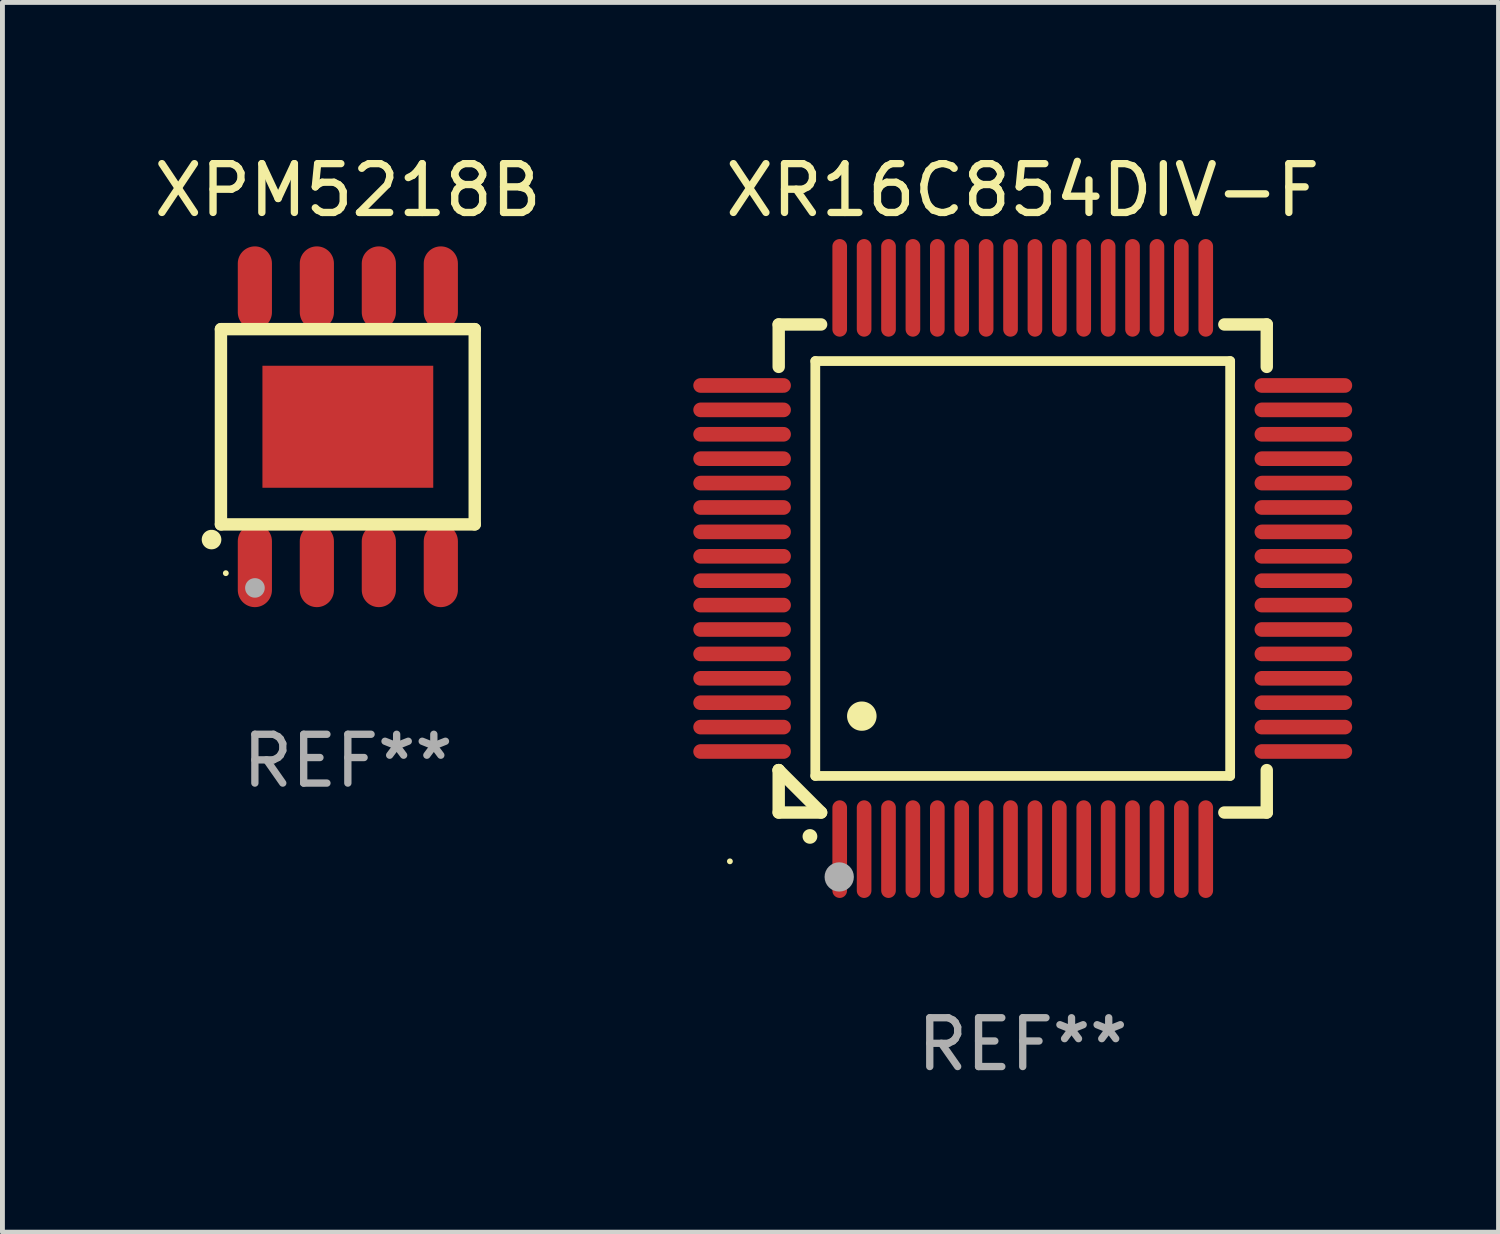
<source format=kicad_pcb>
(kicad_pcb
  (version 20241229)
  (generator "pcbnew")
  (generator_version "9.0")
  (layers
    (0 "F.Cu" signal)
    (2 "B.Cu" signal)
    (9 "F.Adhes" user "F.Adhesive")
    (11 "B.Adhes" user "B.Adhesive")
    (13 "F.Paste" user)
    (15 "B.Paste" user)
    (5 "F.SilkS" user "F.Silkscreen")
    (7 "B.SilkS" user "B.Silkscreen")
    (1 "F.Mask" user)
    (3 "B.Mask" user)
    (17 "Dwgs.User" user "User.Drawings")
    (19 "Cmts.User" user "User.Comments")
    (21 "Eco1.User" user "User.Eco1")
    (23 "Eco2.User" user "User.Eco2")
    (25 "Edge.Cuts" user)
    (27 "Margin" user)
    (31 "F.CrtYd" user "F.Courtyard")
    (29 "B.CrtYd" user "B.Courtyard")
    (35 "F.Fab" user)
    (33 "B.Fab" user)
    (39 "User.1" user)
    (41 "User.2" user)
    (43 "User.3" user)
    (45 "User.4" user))
  (footprint "XPM5218B"
    (layer "F.Cu")
    (at 4.077 5.694)
    (property "Reference" "XPM5218B" (at 0 -4.846 0) (layer "F.SilkS") (effects (font (size 1 1) (thickness 0.15))))
    (attr through_hole)
    (fp_line (start -2.6 -2) (end -2.6 2) (stroke (width 0.254) (type solid)) (layer "F.SilkS"))
    (fp_line (start -2.6 -2) (end 2.6 -2) (stroke (width 0.254) (type solid)) (layer "F.SilkS"))
    (fp_line (start -2.6 2) (end 2.6 2) (stroke (width 0.254) (type solid)) (layer "F.SilkS"))
    (fp_line (start 2.6 -2) (end 2.6 2) (stroke (width 0.254) (type solid)) (layer "F.SilkS"))
    (fp_arc (start -2.794006 2.311405) (mid -2.792736 2.311401) (end -2.791466 2.311405) (stroke (width 0.4) (type solid)) (layer "F.SilkS"))
    (fp_circle (center -2.5 3) (end -2.47 3) (stroke (width 0.06) (type solid)) (fill no) (layer "F.SilkS"))
    (fp_arc (start -1.905004 3.302007) (mid -1.903734 3.302003) (end -1.902464 3.302007) (stroke (width 0.4) (type solid)) (layer "F.Fab"))
    (fp_text user "REF**" (at 0 6.846 0) (layer "F.Fab") (effects (font (size 1 1) (thickness 0.15))))
    (pad "1" smd oval (at -1.905 2.846 180) (size 0.7 1.7) (layers "F.Cu" "F.Mask" "F.Paste"))
    (pad "2" smd oval (at -0.635 2.846 180) (size 0.7 1.7) (layers "F.Cu" "F.Mask" "F.Paste"))
    (pad "3" smd oval (at 0.635 2.846 180) (size 0.7 1.7) (layers "F.Cu" "F.Mask" "F.Paste"))
    (pad "4" smd oval (at 1.905 2.846 180) (size 0.7 1.7) (layers "F.Cu" "F.Mask" "F.Paste"))
    (pad "5" smd oval (at 1.905 -2.846 180) (size 0.7 1.7) (layers "F.Cu" "F.Mask" "F.Paste"))
    (pad "6" smd oval (at 0.635 -2.846 180) (size 0.7 1.7) (layers "F.Cu" "F.Mask" "F.Paste"))
    (pad "7" smd oval (at -0.635 -2.846 180) (size 0.7 1.7) (layers "F.Cu" "F.Mask" "F.Paste"))
    (pad "8" smd oval (at -1.905 -2.846 180) (size 0.7 1.7) (layers "F.Cu" "F.Mask" "F.Paste"))
    (pad "9" smd rect (at 0 0 270) (size 2.5 3.5) (layers "F.Cu" "F.Mask" "F.Paste")))
  (footprint "XR16C854DIV-F"
    (layer "F.Cu")
    (at 17.905 8.598)
    (property "Reference" "XR16C854DIV-F" (at 0 -7.75 0) (layer "F.SilkS") (effects (font (size 1 1) (thickness 0.15))))
    (attr through_hole)
    (fp_line (start -5 -5) (end -4.131 -5) (stroke (width 0.254) (type solid)) (layer "F.SilkS"))
    (fp_line (start -5 -4.131) (end -5 -5) (stroke (width 0.254) (type solid)) (layer "F.SilkS"))
    (fp_line (start -5 4.131) (end -5 4.131) (stroke (width 0.254) (type solid)) (layer "F.SilkS"))
    (fp_line (start -5 5) (end -5 4.131) (stroke (width 0.254) (type solid)) (layer "F.SilkS"))
    (fp_line (start -5 4.131) (end -4.131 5) (stroke (width 0.254) (type solid)) (layer "F.SilkS"))
    (fp_line (start -4.25 -4.25) (end -4.25 4.25) (stroke (width 0.2) (type solid)) (layer "F.SilkS"))
    (fp_line (start -4.25 4.25) (end 4.25 4.25) (stroke (width 0.2) (type solid)) (layer "F.SilkS"))
    (fp_line (start -4.131 5) (end -5 5) (stroke (width 0.254) (type solid)) (layer "F.SilkS"))
    (fp_line (start 4.25 -4.25) (end -4.25 -4.25) (stroke (width 0.2) (type solid)) (layer "F.SilkS"))
    (fp_line (start 4.25 4.25) (end 4.25 -4.25) (stroke (width 0.2) (type solid)) (layer "F.SilkS"))
    (fp_line (start 5 -5) (end 4.131 -5) (stroke (width 0.254) (type solid)) (layer "F.SilkS"))
    (fp_line (start 5 -5) (end 5 -4.131) (stroke (width 0.254) (type solid)) (layer "F.SilkS"))
    (fp_line (start 5 4.131) (end 5 5) (stroke (width 0.254) (type solid)) (layer "F.SilkS"))
    (fp_line (start 5 5) (end 4.131 5) (stroke (width 0.254) (type solid)) (layer "F.SilkS"))
    (fp_arc (start -4.361265 5.489992) (mid -4.359995 5.489987) (end -4.358725 5.489992) (stroke (width 0.3) (type solid)) (layer "F.SilkS"))
    (fp_arc (start -3.299467 3.025146) (mid -3.296927 3.025135) (end -3.294387 3.025146) (stroke (width 0.6) (type solid)) (layer "F.SilkS"))
    (fp_circle (center -6 6) (end -5.97 6) (stroke (width 0.06) (type solid)) (fill no) (layer "F.SilkS"))
    (fp_circle (center -3.76 6.32) (end -3.61 6.32) (stroke (width 0.3) (type solid)) (fill no) (layer "F.Fab"))
    (fp_text user "REF**" (at 0 9.75 0) (layer "F.Fab") (effects (font (size 1 1) (thickness 0.15))))
    (pad "1" smd oval (at -3.75 5.75) (size 0.3 2) (layers "F.Cu" "F.Mask" "F.Paste"))
    (pad "2" smd oval (at -3.25 5.75) (size 0.3 2) (layers "F.Cu" "F.Mask" "F.Paste"))
    (pad "3" smd oval (at -2.75 5.75) (size 0.3 2) (layers "F.Cu" "F.Mask" "F.Paste"))
    (pad "4" smd oval (at -2.25 5.75) (size 0.3 2) (layers "F.Cu" "F.Mask" "F.Paste"))
    (pad "5" smd oval (at -1.75 5.75) (size 0.3 2) (layers "F.Cu" "F.Mask" "F.Paste"))
    (pad "6" smd oval (at -1.25 5.75) (size 0.3 2) (layers "F.Cu" "F.Mask" "F.Paste"))
    (pad "7" smd oval (at -0.75 5.75) (size 0.3 2) (layers "F.Cu" "F.Mask" "F.Paste"))
    (pad "8" smd oval (at -0.25 5.75) (size 0.3 2) (layers "F.Cu" "F.Mask" "F.Paste"))
    (pad "9" smd oval (at 0.25 5.75) (size 0.3 2) (layers "F.Cu" "F.Mask" "F.Paste"))
    (pad "10" smd oval (at 0.75 5.75) (size 0.3 2) (layers "F.Cu" "F.Mask" "F.Paste"))
    (pad "11" smd oval (at 1.25 5.75) (size 0.3 2) (layers "F.Cu" "F.Mask" "F.Paste"))
    (pad "12" smd oval (at 1.75 5.75) (size 0.3 2) (layers "F.Cu" "F.Mask" "F.Paste"))
    (pad "13" smd oval (at 2.25 5.75) (size 0.3 2) (layers "F.Cu" "F.Mask" "F.Paste"))
    (pad "14" smd oval (at 2.75 5.75) (size 0.3 2) (layers "F.Cu" "F.Mask" "F.Paste"))
    (pad "15" smd oval (at 3.25 5.75) (size 0.3 2) (layers "F.Cu" "F.Mask" "F.Paste"))
    (pad "16" smd oval (at 3.75 5.75) (size 0.3 2) (layers "F.Cu" "F.Mask" "F.Paste"))
    (pad "17" smd oval (at 5.75 3.75) (size 2 0.3) (layers "F.Cu" "F.Mask" "F.Paste"))
    (pad "18" smd oval (at 5.75 3.25) (size 2 0.3) (layers "F.Cu" "F.Mask" "F.Paste"))
    (pad "19" smd oval (at 5.75 2.75) (size 2 0.3) (layers "F.Cu" "F.Mask" "F.Paste"))
    (pad "20" smd oval (at 5.75 2.25) (size 2 0.3) (layers "F.Cu" "F.Mask" "F.Paste"))
    (pad "21" smd oval (at 5.75 1.75) (size 2 0.3) (layers "F.Cu" "F.Mask" "F.Paste"))
    (pad "22" smd oval (at 5.75 1.25) (size 2 0.3) (layers "F.Cu" "F.Mask" "F.Paste"))
    (pad "23" smd oval (at 5.75 0.75) (size 2 0.3) (layers "F.Cu" "F.Mask" "F.Paste"))
    (pad "24" smd oval (at 5.75 0.25) (size 2 0.3) (layers "F.Cu" "F.Mask" "F.Paste"))
    (pad "25" smd oval (at 5.75 -0.25) (size 2 0.3) (layers "F.Cu" "F.Mask" "F.Paste"))
    (pad "26" smd oval (at 5.75 -0.75) (size 2 0.3) (layers "F.Cu" "F.Mask" "F.Paste"))
    (pad "27" smd oval (at 5.75 -1.25) (size 2 0.3) (layers "F.Cu" "F.Mask" "F.Paste"))
    (pad "28" smd oval (at 5.75 -1.75) (size 2 0.3) (layers "F.Cu" "F.Mask" "F.Paste"))
    (pad "29" smd oval (at 5.75 -2.25) (size 2 0.3) (layers "F.Cu" "F.Mask" "F.Paste"))
    (pad "30" smd oval (at 5.75 -2.75) (size 2 0.3) (layers "F.Cu" "F.Mask" "F.Paste"))
    (pad "31" smd oval (at 5.75 -3.25) (size 2 0.3) (layers "F.Cu" "F.Mask" "F.Paste"))
    (pad "32" smd oval (at 5.75 -3.75) (size 2 0.3) (layers "F.Cu" "F.Mask" "F.Paste"))
    (pad "33" smd oval (at 3.75 -5.75) (size 0.3 2) (layers "F.Cu" "F.Mask" "F.Paste"))
    (pad "34" smd oval (at 3.25 -5.75) (size 0.3 2) (layers "F.Cu" "F.Mask" "F.Paste"))
    (pad "35" smd oval (at 2.75 -5.75) (size 0.3 2) (layers "F.Cu" "F.Mask" "F.Paste"))
    (pad "36" smd oval (at 2.25 -5.75) (size 0.3 2) (layers "F.Cu" "F.Mask" "F.Paste"))
    (pad "37" smd oval (at 1.75 -5.75) (size 0.3 2) (layers "F.Cu" "F.Mask" "F.Paste"))
    (pad "38" smd oval (at 1.25 -5.75) (size 0.3 2) (layers "F.Cu" "F.Mask" "F.Paste"))
    (pad "39" smd oval (at 0.75 -5.75) (size 0.3 2) (layers "F.Cu" "F.Mask" "F.Paste"))
    (pad "40" smd oval (at 0.25 -5.75) (size 0.3 2) (layers "F.Cu" "F.Mask" "F.Paste"))
    (pad "41" smd oval (at -0.25 -5.75) (size 0.3 2) (layers "F.Cu" "F.Mask" "F.Paste"))
    (pad "42" smd oval (at -0.75 -5.75) (size 0.3 2) (layers "F.Cu" "F.Mask" "F.Paste"))
    (pad "43" smd oval (at -1.25 -5.75) (size 0.3 2) (layers "F.Cu" "F.Mask" "F.Paste"))
    (pad "44" smd oval (at -1.75 -5.75) (size 0.3 2) (layers "F.Cu" "F.Mask" "F.Paste"))
    (pad "45" smd oval (at -2.25 -5.75) (size 0.3 2) (layers "F.Cu" "F.Mask" "F.Paste"))
    (pad "46" smd oval (at -2.75 -5.75) (size 0.3 2) (layers "F.Cu" "F.Mask" "F.Paste"))
    (pad "47" smd oval (at -3.25 -5.75) (size 0.3 2) (layers "F.Cu" "F.Mask" "F.Paste"))
    (pad "48" smd oval (at -3.75 -5.75) (size 0.3 2) (layers "F.Cu" "F.Mask" "F.Paste"))
    (pad "49" smd oval (at -5.75 -3.75) (size 2 0.3) (layers "F.Cu" "F.Mask" "F.Paste"))
    (pad "50" smd oval (at -5.75 -3.25) (size 2 0.3) (layers "F.Cu" "F.Mask" "F.Paste"))
    (pad "51" smd oval (at -5.75 -2.75) (size 2 0.3) (layers "F.Cu" "F.Mask" "F.Paste"))
    (pad "52" smd oval (at -5.75 -2.25) (size 2 0.3) (layers "F.Cu" "F.Mask" "F.Paste"))
    (pad "53" smd oval (at -5.75 -1.75) (size 2 0.3) (layers "F.Cu" "F.Mask" "F.Paste"))
    (pad "54" smd oval (at -5.75 -1.25) (size 2 0.3) (layers "F.Cu" "F.Mask" "F.Paste"))
    (pad "55" smd oval (at -5.75 -0.75) (size 2 0.3) (layers "F.Cu" "F.Mask" "F.Paste"))
    (pad "56" smd oval (at -5.75 -0.25) (size 2 0.3) (layers "F.Cu" "F.Mask" "F.Paste"))
    (pad "57" smd oval (at -5.75 0.25) (size 2 0.3) (layers "F.Cu" "F.Mask" "F.Paste"))
    (pad "58" smd oval (at -5.75 0.75) (size 2 0.3) (layers "F.Cu" "F.Mask" "F.Paste"))
    (pad "59" smd oval (at -5.75 1.25) (size 2 0.3) (layers "F.Cu" "F.Mask" "F.Paste"))
    (pad "60" smd oval (at -5.75 1.75) (size 2 0.3) (layers "F.Cu" "F.Mask" "F.Paste"))
    (pad "61" smd oval (at -5.75 2.25) (size 2 0.3) (layers "F.Cu" "F.Mask" "F.Paste"))
    (pad "62" smd oval (at -5.75 2.75) (size 2 0.3) (layers "F.Cu" "F.Mask" "F.Paste"))
    (pad "63" smd oval (at -5.75 3.25) (size 2 0.3) (layers "F.Cu" "F.Mask" "F.Paste"))
    (pad "64" smd oval (at -5.75 3.75) (size 2 0.3) (layers "F.Cu" "F.Mask" "F.Paste")))
  (gr_rect
    (start -3 -3)
    (end 27.654 22.196)
    (stroke (width 0.1) (type default))
    (fill no)
    (layer "Edge.Cuts")))
</source>
